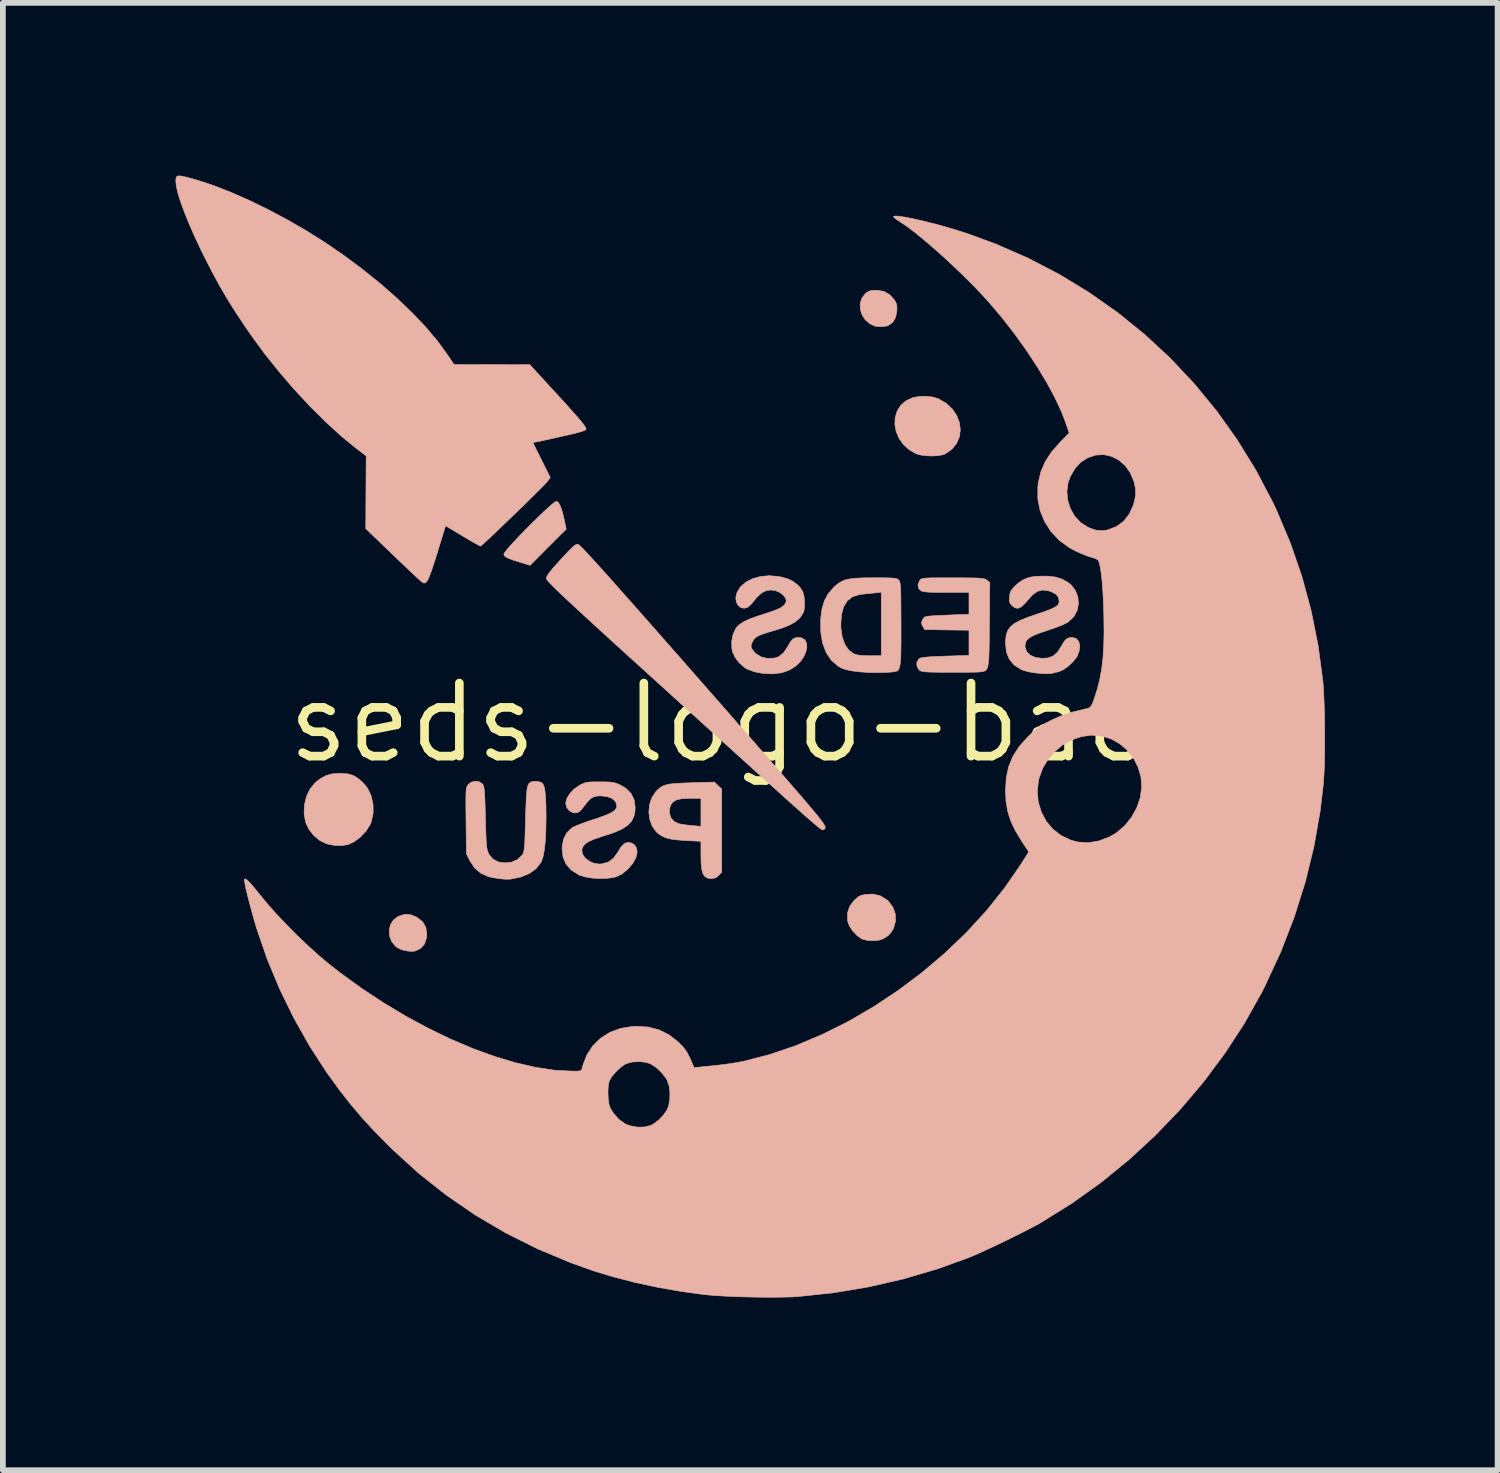
<source format=kicad_pcb>
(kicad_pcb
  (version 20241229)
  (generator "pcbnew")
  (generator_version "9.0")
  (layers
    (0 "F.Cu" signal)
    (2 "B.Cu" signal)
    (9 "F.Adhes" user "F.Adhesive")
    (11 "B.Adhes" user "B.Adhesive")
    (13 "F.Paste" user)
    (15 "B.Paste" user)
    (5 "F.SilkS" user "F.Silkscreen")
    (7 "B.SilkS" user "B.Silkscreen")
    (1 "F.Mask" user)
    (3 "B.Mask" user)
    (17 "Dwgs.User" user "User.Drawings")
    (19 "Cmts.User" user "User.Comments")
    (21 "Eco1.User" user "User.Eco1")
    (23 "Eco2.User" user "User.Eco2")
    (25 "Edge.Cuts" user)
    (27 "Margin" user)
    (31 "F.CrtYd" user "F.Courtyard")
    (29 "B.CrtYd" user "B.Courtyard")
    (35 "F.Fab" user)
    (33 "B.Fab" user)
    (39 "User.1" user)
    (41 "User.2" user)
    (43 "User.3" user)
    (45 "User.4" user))
  (footprint "seds-logo-back"
    (layer "F.Cu")
    (at 10.017 9.507)
    (property "Reference" "seds-logo-back" (at -0.067 0 0) (layer "F.SilkS") (effects (font (size 1.27 1.27) (thickness 0.15))))
    (attr through_hole)
    (fp_poly (pts (xy -6.135 3.359) (xy -6.151 3.366) (xy -6.231 3.426) (xy -6.283 3.508) (xy -6.305 3.603) (xy -6.299 3.703) (xy -6.263 3.798) (xy -6.199 3.879) (xy -6.152 3.914) (xy -6.076 3.947) (xy -5.983 3.967) (xy -5.895 3.971) (xy -5.853 3.965) (xy -5.758 3.919) (xy -5.692 3.843) (xy -5.657 3.739) (xy -5.652 3.666) (xy -5.67 3.551) (xy -5.726 3.457) (xy -5.819 3.383) (xy -5.841 3.371) (xy -5.943 3.332) (xy -6.036 3.328) (xy -6.135 3.359)) (stroke (width 0.01) (type solid)) (fill yes) (layer "B.SilkS"))
    (fp_poly (pts (xy 2.079 -7.511) (xy 2.027 -7.497) (xy 1.982 -7.469) (xy 1.968 -7.456) (xy 1.906 -7.375) (xy 1.877 -7.282) (xy 1.88 -7.184) (xy 1.91 -7.088) (xy 1.964 -7.003) (xy 2.04 -6.935) (xy 2.132 -6.892) (xy 2.22 -6.881) (xy 2.289 -6.885) (xy 2.347 -6.895) (xy 2.36 -6.899) (xy 2.44 -6.954) (xy 2.492 -7.04) (xy 2.514 -7.149) (xy 2.516 -7.228) (xy 2.506 -7.284) (xy 2.479 -7.335) (xy 2.473 -7.344) (xy 2.391 -7.437) (xy 2.296 -7.492) (xy 2.181 -7.514) (xy 2.156 -7.514) (xy 2.079 -7.511)) (stroke (width 0.01) (type solid)) (fill yes) (layer "B.SilkS"))
    (fp_poly (pts (xy -3.425 -3.835) (xy -3.476 -3.796) (xy -3.546 -3.734) (xy -3.631 -3.656) (xy -3.726 -3.564) (xy -3.828 -3.465) (xy -3.93 -3.362) (xy -4.029 -3.26) (xy -4.12 -3.164) (xy -4.199 -3.078) (xy -4.26 -3.007) (xy -4.3 -2.955) (xy -4.314 -2.927) (xy -4.314 -2.926) (xy -4.302 -2.901) (xy -4.274 -2.877) (xy -4.222 -2.853) (xy -4.142 -2.823) (xy -4.029 -2.788) (xy -3.857 -2.735) (xy -3.544 -3.05) (xy -3.23 -3.364) (xy -3.257 -3.497) (xy -3.292 -3.645) (xy -3.326 -3.752) (xy -3.36 -3.819) (xy -3.395 -3.847) (xy -3.398 -3.848) (xy -3.425 -3.835)) (stroke (width 0.01) (type solid)) (fill yes) (layer "B.SilkS"))
    (fp_poly (pts (xy 1.968 2.983) (xy 1.895 2.999) (xy 1.84 3.026) (xy 1.784 3.076) (xy 1.766 3.094) (xy 1.693 3.195) (xy 1.658 3.303) (xy 1.658 3.429) (xy 1.662 3.453) (xy 1.691 3.532) (xy 1.748 3.617) (xy 1.821 3.694) (xy 1.898 3.75) (xy 1.92 3.76) (xy 2.003 3.781) (xy 2.102 3.787) (xy 2.199 3.778) (xy 2.275 3.754) (xy 2.275 3.754) (xy 2.361 3.699) (xy 2.419 3.636) (xy 2.458 3.567) (xy 2.492 3.444) (xy 2.487 3.32) (xy 2.445 3.203) (xy 2.368 3.1) (xy 2.339 3.075) (xy 2.225 3.006) (xy 2.096 2.976) (xy 1.968 2.983)) (stroke (width 0.01) (type solid)) (fill yes) (layer "B.SilkS"))
    (fp_poly (pts (xy 2.899 -5.668) (xy 2.792 -5.649) (xy 2.673 -5.594) (xy 2.582 -5.514) (xy 2.52 -5.416) (xy 2.486 -5.304) (xy 2.48 -5.184) (xy 2.502 -5.062) (xy 2.551 -4.944) (xy 2.628 -4.835) (xy 2.731 -4.742) (xy 2.844 -4.676) (xy 2.922 -4.653) (xy 3.023 -4.639) (xy 3.133 -4.635) (xy 3.238 -4.642) (xy 3.323 -4.658) (xy 3.355 -4.671) (xy 3.47 -4.752) (xy 3.552 -4.852) (xy 3.601 -4.966) (xy 3.617 -5.088) (xy 3.602 -5.213) (xy 3.556 -5.335) (xy 3.48 -5.449) (xy 3.374 -5.548) (xy 3.239 -5.628) (xy 3.235 -5.63) (xy 3.139 -5.659) (xy 3.021 -5.672) (xy 2.899 -5.668)) (stroke (width 0.01) (type solid)) (fill yes) (layer "B.SilkS"))
    (fp_poly (pts (xy -7.297 0.888) (xy -7.406 0.918) (xy -7.507 0.975) (xy -7.587 1.039) (xy -7.676 1.144) (xy -7.741 1.275) (xy -7.777 1.422) (xy -7.784 1.576) (xy -7.759 1.724) (xy -7.704 1.845) (xy -7.618 1.956) (xy -7.512 2.045) (xy -7.394 2.102) (xy -7.386 2.104) (xy -7.26 2.13) (xy -7.133 2.134) (xy -7.024 2.117) (xy -7.022 2.117) (xy -6.911 2.065) (xy -6.802 1.983) (xy -6.707 1.881) (xy -6.637 1.769) (xy -6.616 1.72) (xy -6.584 1.57) (xy -6.586 1.417) (xy -6.619 1.269) (xy -6.682 1.137) (xy -6.757 1.044) (xy -6.848 0.965) (xy -6.93 0.915) (xy -7.02 0.889) (xy -7.131 0.879) (xy -7.165 0.879) (xy -7.297 0.888)) (stroke (width 0.01) (type solid)) (fill yes) (layer "B.SilkS"))
    (fp_poly (pts (xy -1.052 1.042) (xy -1.212 1.048) (xy -1.337 1.055) (xy -1.432 1.065) (xy -1.504 1.081) (xy -1.561 1.104) (xy -1.608 1.135) (xy -1.652 1.176) (xy -1.675 1.2) (xy -1.743 1.304) (xy -1.783 1.426) (xy -1.794 1.555) (xy -1.778 1.682) (xy -1.734 1.799) (xy -1.664 1.896) (xy -1.611 1.941) (xy -1.549 1.977) (xy -1.481 2.004) (xy -1.399 2.023) (xy -1.293 2.036) (xy -1.155 2.046) (xy -1.138 2.047) (xy -0.889 2.059) (xy -0.889 2.298) (xy -0.886 2.444) (xy -0.874 2.552) (xy -0.851 2.628) (xy -0.816 2.676) (xy -0.766 2.701) (xy -0.703 2.709) (xy -0.63 2.692) (xy -0.581 2.653) (xy -0.529 2.597) (xy -0.529 1.312) (xy -0.889 1.312) (xy -0.889 1.799) (xy -1.042 1.787) (xy -1.132 1.777) (xy -1.216 1.765) (xy -1.274 1.754) (xy -1.358 1.714) (xy -1.413 1.648) (xy -1.438 1.564) (xy -1.429 1.471) (xy -1.408 1.419) (xy -1.371 1.372) (xy -1.312 1.339) (xy -1.226 1.32) (xy -1.107 1.313) (xy -1.066 1.312) (xy -0.889 1.312) (xy -0.529 1.312) (xy -0.529 1.151) (xy -0.592 1.091) (xy -0.654 1.031) (xy -1.052 1.042)) (stroke (width 0.01) (type solid)) (fill yes) (layer "B.SilkS"))
    (fp_poly (pts (xy 1.956 -2.518) (xy 1.82 -2.512) (xy 1.713 -2.502) (xy 1.628 -2.485) (xy 1.559 -2.458) (xy 1.499 -2.422) (xy 1.441 -2.374) (xy 1.408 -2.342) (xy 1.318 -2.235) (xy 1.255 -2.117) (xy 1.214 -1.979) (xy 1.192 -1.812) (xy 1.191 -1.784) (xy 1.193 -1.571) (xy 1.225 -1.383) (xy 1.286 -1.221) (xy 1.375 -1.088) (xy 1.49 -0.986) (xy 1.548 -0.952) (xy 1.625 -0.924) (xy 1.737 -0.901) (xy 1.872 -0.884) (xy 2.023 -0.874) (xy 2.181 -0.871) (xy 2.336 -0.875) (xy 2.44 -0.883) (xy 2.478 -0.888) (xy 2.508 -0.896) (xy 2.533 -0.911) (xy 2.551 -0.938) (xy 2.565 -0.98) (xy 2.575 -1.041) (xy 2.582 -1.126) (xy 2.583 -1.164) (xy 2.244 -1.164) (xy 2.04 -1.164) (xy 1.919 -1.167) (xy 1.831 -1.178) (xy 1.768 -1.197) (xy 1.763 -1.199) (xy 1.678 -1.263) (xy 1.612 -1.36) (xy 1.566 -1.488) (xy 1.543 -1.642) (xy 1.541 -1.714) (xy 1.553 -1.882) (xy 1.59 -2.017) (xy 1.654 -2.119) (xy 1.744 -2.189) (xy 1.862 -2.227) (xy 1.899 -2.232) (xy 1.991 -2.242) (xy 2.091 -2.252) (xy 2.127 -2.256) (xy 2.244 -2.268) (xy 2.244 -1.164) (xy 2.583 -1.164) (xy 2.585 -1.238) (xy 2.587 -1.381) (xy 2.587 -1.56) (xy 2.587 -1.717) (xy 2.586 -1.913) (xy 2.585 -2.07) (xy 2.584 -2.194) (xy 2.581 -2.289) (xy 2.578 -2.359) (xy 2.573 -2.408) (xy 2.567 -2.442) (xy 2.559 -2.463) (xy 2.549 -2.478) (xy 2.549 -2.479) (xy 2.533 -2.493) (xy 2.51 -2.503) (xy 2.474 -2.511) (xy 2.419 -2.515) (xy 2.338 -2.518) (xy 2.226 -2.519) (xy 2.128 -2.519) (xy 1.956 -2.518)) (stroke (width 0.01) (type solid)) (fill yes) (layer "B.SilkS"))
    (fp_poly (pts (xy -4.89 1.038) (xy -4.932 1.074) (xy -4.945 1.092) (xy -4.956 1.113) (xy -4.963 1.14) (xy -4.969 1.181) (xy -4.972 1.238) (xy -4.973 1.319) (xy -4.973 1.427) (xy -4.972 1.569) (xy -4.97 1.703) (xy -4.964 2.275) (xy -4.903 2.399) (xy -4.82 2.524) (xy -4.71 2.616) (xy -4.577 2.675) (xy -4.531 2.685) (xy -4.399 2.708) (xy -4.299 2.718) (xy -4.221 2.718) (xy -4.202 2.717) (xy -4.021 2.68) (xy -3.87 2.619) (xy -3.752 2.533) (xy -3.667 2.423) (xy -3.66 2.41) (xy -3.633 2.331) (xy -3.611 2.214) (xy -3.594 2.062) (xy -3.584 1.879) (xy -3.58 1.669) (xy -3.58 1.609) (xy -3.582 1.429) (xy -3.589 1.289) (xy -3.599 1.183) (xy -3.615 1.108) (xy -3.636 1.062) (xy -3.651 1.045) (xy -3.712 1.021) (xy -3.788 1.017) (xy -3.841 1.029) (xy -3.864 1.042) (xy -3.882 1.063) (xy -3.897 1.098) (xy -3.909 1.151) (xy -3.918 1.226) (xy -3.925 1.328) (xy -3.93 1.463) (xy -3.936 1.633) (xy -3.937 1.685) (xy -3.942 1.853) (xy -3.946 1.985) (xy -3.95 2.085) (xy -3.956 2.158) (xy -3.962 2.211) (xy -3.97 2.248) (xy -3.98 2.275) (xy -3.993 2.297) (xy -3.997 2.302) (xy -4.074 2.376) (xy -4.178 2.421) (xy -4.286 2.434) (xy -4.408 2.418) (xy -4.503 2.369) (xy -4.571 2.288) (xy -4.576 2.279) (xy -4.589 2.249) (xy -4.6 2.215) (xy -4.609 2.172) (xy -4.615 2.114) (xy -4.621 2.035) (xy -4.625 1.93) (xy -4.63 1.793) (xy -4.634 1.648) (xy -4.638 1.48) (xy -4.642 1.35) (xy -4.647 1.251) (xy -4.652 1.18) (xy -4.659 1.129) (xy -4.667 1.096) (xy -4.677 1.074) (xy -4.687 1.06) (xy -4.747 1.022) (xy -4.82 1.015) (xy -4.89 1.038)) (stroke (width 0.01) (type solid)) (fill yes) (layer "B.SilkS"))
    (fp_poly (pts (xy -3.05 -3.099) (xy -3.077 -3.086) (xy -3.113 -3.057) (xy -3.163 -3.009) (xy -3.231 -2.938) (xy -3.32 -2.841) (xy -3.38 -2.775) (xy -3.463 -2.682) (xy -3.519 -2.614) (xy -3.554 -2.564) (xy -3.571 -2.528) (xy -3.573 -2.5) (xy -3.565 -2.485) (xy -3.544 -2.459) (xy -3.508 -2.419) (xy -3.455 -2.366) (xy -3.384 -2.296) (xy -3.294 -2.21) (xy -3.182 -2.106) (xy -3.049 -1.982) (xy -2.892 -1.837) (xy -2.71 -1.671) (xy -2.502 -1.48) (xy -2.265 -1.265) (xy -2 -1.024) (xy -1.82 -0.861) (xy -1.458 -0.532) (xy -1.125 -0.23) (xy -0.821 0.046) (xy -0.544 0.296) (xy -0.293 0.523) (xy -0.068 0.727) (xy 0.134 0.91) (xy 0.314 1.072) (xy 0.473 1.215) (xy 0.613 1.341) (xy 0.734 1.449) (xy 0.838 1.542) (xy 0.926 1.62) (xy 1 1.685) (xy 1.061 1.737) (xy 1.11 1.779) (xy 1.149 1.811) (xy 1.178 1.834) (xy 1.2 1.849) (xy 1.215 1.858) (xy 1.224 1.862) (xy 1.227 1.863) (xy 1.254 1.85) (xy 1.256 1.849) (xy 1.264 1.84) (xy 1.269 1.83) (xy 1.27 1.817) (xy 1.266 1.8) (xy 1.254 1.776) (xy 1.234 1.745) (xy 1.205 1.703) (xy 1.163 1.649) (xy 1.109 1.581) (xy 1.04 1.499) (xy 0.956 1.399) (xy 0.854 1.28) (xy 0.733 1.14) (xy 0.592 0.978) (xy 0.43 0.791) (xy 0.244 0.578) (xy 0.034 0.337) (xy -0.203 0.067) (xy -0.252 0.011) (xy -0.617 -0.406) (xy -0.955 -0.791) (xy -1.265 -1.145) (xy -1.549 -1.467) (xy -1.806 -1.76) (xy -2.038 -2.022) (xy -2.244 -2.254) (xy -2.424 -2.458) (xy -2.58 -2.632) (xy -2.712 -2.778) (xy -2.819 -2.895) (xy -2.902 -2.985) (xy -2.961 -3.048) (xy -2.998 -3.083) (xy -3.009 -3.092) (xy -3.029 -3.1) (xy -3.05 -3.099)) (stroke (width 0.01) (type solid)) (fill yes) (layer "B.SilkS"))
    (fp_poly (pts (xy 3.194 -2.518) (xy 3.098 -2.517) (xy 3.029 -2.514) (xy 2.981 -2.51) (xy 2.951 -2.503) (xy 2.932 -2.494) (xy 2.919 -2.482) (xy 2.912 -2.472) (xy 2.882 -2.403) (xy 2.889 -2.34) (xy 2.926 -2.298) (xy 2.95 -2.286) (xy 2.987 -2.277) (xy 3.044 -2.271) (xy 3.126 -2.267) (xy 3.238 -2.265) (xy 3.37 -2.265) (xy 3.768 -2.265) (xy 3.768 -1.884) (xy 3.667 -1.881) (xy 3.607 -1.879) (xy 3.517 -1.876) (xy 3.408 -1.871) (xy 3.293 -1.866) (xy 3.282 -1.865) (xy 3.167 -1.86) (xy 3.087 -1.854) (xy 3.035 -1.848) (xy 3.003 -1.838) (xy 2.983 -1.823) (xy 2.969 -1.802) (xy 2.964 -1.794) (xy 2.944 -1.748) (xy 2.948 -1.71) (xy 2.964 -1.677) (xy 2.997 -1.619) (xy 3.382 -1.613) (xy 3.768 -1.608) (xy 3.768 -1.171) (xy 3.351 -1.157) (xy 3.203 -1.151) (xy 3.092 -1.146) (xy 3.011 -1.139) (xy 2.956 -1.132) (xy 2.92 -1.122) (xy 2.898 -1.11) (xy 2.896 -1.108) (xy 2.863 -1.053) (xy 2.863 -0.987) (xy 2.893 -0.928) (xy 2.902 -0.919) (xy 2.92 -0.905) (xy 2.944 -0.895) (xy 2.979 -0.888) (xy 3.032 -0.883) (xy 3.109 -0.88) (xy 3.214 -0.878) (xy 3.355 -0.876) (xy 3.405 -0.876) (xy 3.546 -0.876) (xy 3.678 -0.876) (xy 3.792 -0.878) (xy 3.883 -0.879) (xy 3.941 -0.882) (xy 3.951 -0.883) (xy 3.993 -0.887) (xy 4.027 -0.894) (xy 4.055 -0.907) (xy 4.076 -0.93) (xy 4.092 -0.968) (xy 4.103 -1.024) (xy 4.111 -1.102) (xy 4.116 -1.207) (xy 4.119 -1.342) (xy 4.121 -1.512) (xy 4.123 -1.707) (xy 4.129 -2.437) (xy 4.081 -2.477) (xy 4.063 -2.489) (xy 4.04 -2.499) (xy 4.007 -2.506) (xy 3.959 -2.511) (xy 3.889 -2.515) (xy 3.793 -2.517) (xy 3.665 -2.518) (xy 3.501 -2.518) (xy 3.488 -2.518) (xy 3.323 -2.518) (xy 3.194 -2.518)) (stroke (width 0.01) (type solid)) (fill yes) (layer "B.SilkS"))
    (fp_poly (pts (xy 0.148 -2.542) (xy 0.007 -2.503) (xy -0.113 -2.441) (xy -0.206 -2.357) (xy -0.263 -2.262) (xy -0.284 -2.174) (xy -0.274 -2.097) (xy -0.242 -2.037) (xy -0.193 -2) (xy -0.134 -1.989) (xy -0.071 -2.009) (xy -0.01 -2.066) (xy -0.008 -2.069) (xy 0.081 -2.179) (xy 0.161 -2.253) (xy 0.24 -2.294) (xy 0.323 -2.307) (xy 0.402 -2.297) (xy 0.474 -2.268) (xy 0.537 -2.221) (xy 0.58 -2.167) (xy 0.593 -2.124) (xy 0.582 -2.077) (xy 0.548 -2.034) (xy 0.485 -1.992) (xy 0.39 -1.95) (xy 0.258 -1.905) (xy 0.229 -1.896) (xy 0.071 -1.845) (xy -0.05 -1.8) (xy -0.142 -1.757) (xy -0.211 -1.713) (xy -0.261 -1.667) (xy -0.287 -1.632) (xy -0.333 -1.531) (xy -0.355 -1.409) (xy -0.351 -1.285) (xy -0.34 -1.232) (xy -0.298 -1.14) (xy -0.229 -1.047) (xy -0.144 -0.969) (xy -0.086 -0.932) (xy 0.042 -0.885) (xy 0.193 -0.857) (xy 0.349 -0.85) (xy 0.496 -0.866) (xy 0.514 -0.87) (xy 0.588 -0.893) (xy 0.664 -0.925) (xy 0.672 -0.929) (xy 0.764 -0.99) (xy 0.839 -1.064) (xy 0.897 -1.147) (xy 0.934 -1.232) (xy 0.951 -1.313) (xy 0.945 -1.385) (xy 0.916 -1.44) (xy 0.861 -1.474) (xy 0.806 -1.482) (xy 0.748 -1.475) (xy 0.702 -1.45) (xy 0.661 -1.399) (xy 0.618 -1.323) (xy 0.547 -1.216) (xy 0.462 -1.148) (xy 0.387 -1.123) (xy 0.262 -1.119) (xy 0.15 -1.147) (xy 0.057 -1.206) (xy 0.001 -1.276) (xy -0.018 -1.317) (xy -0.016 -1.355) (xy 0.005 -1.405) (xy 0.03 -1.449) (xy 0.064 -1.483) (xy 0.114 -1.514) (xy 0.188 -1.543) (xy 0.291 -1.576) (xy 0.36 -1.596) (xy 0.525 -1.647) (xy 0.653 -1.699) (xy 0.75 -1.753) (xy 0.821 -1.814) (xy 0.848 -1.847) (xy 0.882 -1.9) (xy 0.901 -1.949) (xy 0.909 -2.012) (xy 0.91 -2.079) (xy 0.903 -2.192) (xy 0.88 -2.278) (xy 0.834 -2.349) (xy 0.79 -2.395) (xy 0.708 -2.458) (xy 0.613 -2.503) (xy 0.492 -2.535) (xy 0.466 -2.54) (xy 0.303 -2.555) (xy 0.148 -2.542)) (stroke (width 0.01) (type solid)) (fill yes) (layer "B.SilkS"))
    (fp_poly (pts (xy -2.753 1.027) (xy -2.828 1.03) (xy -2.884 1.038) (xy -2.93 1.053) (xy -2.977 1.075) (xy -3.004 1.09) (xy -3.093 1.153) (xy -3.167 1.231) (xy -3.218 1.315) (xy -3.238 1.393) (xy -3.239 1.398) (xy -3.22 1.474) (xy -3.172 1.532) (xy -3.105 1.564) (xy -3.079 1.566) (xy -3.036 1.562) (xy -3.001 1.543) (xy -2.961 1.503) (xy -2.922 1.451) (xy -2.855 1.367) (xy -2.799 1.313) (xy -2.742 1.283) (xy -2.675 1.271) (xy -2.629 1.27) (xy -2.521 1.282) (xy -2.434 1.314) (xy -2.377 1.365) (xy -2.371 1.375) (xy -2.351 1.428) (xy -2.354 1.475) (xy -2.384 1.519) (xy -2.444 1.561) (xy -2.537 1.604) (xy -2.667 1.652) (xy -2.754 1.68) (xy -2.868 1.718) (xy -2.974 1.757) (xy -3.062 1.792) (xy -3.122 1.821) (xy -3.136 1.83) (xy -3.22 1.912) (xy -3.276 2.022) (xy -3.3 2.154) (xy -3.302 2.192) (xy -3.284 2.337) (xy -3.231 2.458) (xy -3.143 2.558) (xy -3.018 2.638) (xy -2.995 2.649) (xy -2.9 2.678) (xy -2.779 2.698) (xy -2.645 2.706) (xy -2.514 2.702) (xy -2.4 2.686) (xy -2.363 2.676) (xy -2.263 2.628) (xy -2.161 2.544) (xy -2.15 2.533) (xy -2.07 2.438) (xy -2.019 2.343) (xy -1.998 2.254) (xy -2.007 2.177) (xy -2.046 2.118) (xy -2.1 2.087) (xy -2.166 2.078) (xy -2.225 2.103) (xy -2.283 2.165) (xy -2.329 2.242) (xy -2.405 2.35) (xy -2.498 2.42) (xy -2.609 2.452) (xy -2.658 2.455) (xy -2.752 2.44) (xy -2.837 2.401) (xy -2.905 2.345) (xy -2.948 2.279) (xy -2.958 2.209) (xy -2.955 2.194) (xy -2.934 2.143) (xy -2.894 2.1) (xy -2.831 2.059) (xy -2.738 2.019) (xy -2.61 1.976) (xy -2.566 1.962) (xy -2.394 1.905) (xy -2.261 1.846) (xy -2.162 1.782) (xy -2.094 1.709) (xy -2.053 1.624) (xy -2.034 1.523) (xy -2.032 1.47) (xy -2.05 1.338) (xy -2.103 1.229) (xy -2.193 1.139) (xy -2.282 1.086) (xy -2.338 1.06) (xy -2.389 1.043) (xy -2.444 1.033) (xy -2.516 1.028) (xy -2.616 1.027) (xy -2.646 1.027) (xy -2.753 1.027)) (stroke (width 0.01) (type solid)) (fill yes) (layer "B.SilkS"))
    (fp_poly (pts (xy 4.921 -2.543) (xy 4.813 -2.526) (xy 4.723 -2.492) (xy 4.642 -2.44) (xy 4.592 -2.397) (xy 4.532 -2.338) (xy 4.497 -2.292) (xy 4.479 -2.243) (xy 4.472 -2.195) (xy 4.468 -2.127) (xy 4.479 -2.083) (xy 4.508 -2.043) (xy 4.509 -2.042) (xy 4.564 -1.998) (xy 4.618 -1.988) (xy 4.676 -2.013) (xy 4.742 -2.075) (xy 4.784 -2.125) (xy 4.872 -2.223) (xy 4.956 -2.283) (xy 5.043 -2.306) (xy 5.139 -2.296) (xy 5.207 -2.273) (xy 5.284 -2.23) (xy 5.324 -2.175) (xy 5.334 -2.111) (xy 5.329 -2.075) (xy 5.309 -2.043) (xy 5.27 -2.013) (xy 5.207 -1.981) (xy 5.114 -1.944) (xy 4.987 -1.9) (xy 4.946 -1.886) (xy 4.78 -1.829) (xy 4.65 -1.775) (xy 4.553 -1.722) (xy 4.485 -1.665) (xy 4.44 -1.6) (xy 4.414 -1.522) (xy 4.404 -1.428) (xy 4.403 -1.377) (xy 4.419 -1.227) (xy 4.469 -1.103) (xy 4.553 -1.003) (xy 4.671 -0.928) (xy 4.718 -0.909) (xy 4.796 -0.887) (xy 4.896 -0.869) (xy 5.003 -0.857) (xy 5.105 -0.852) (xy 5.187 -0.855) (xy 5.218 -0.86) (xy 5.267 -0.873) (xy 5.33 -0.889) (xy 5.336 -0.891) (xy 5.41 -0.924) (xy 5.493 -0.983) (xy 5.571 -1.057) (xy 5.634 -1.134) (xy 5.652 -1.166) (xy 5.685 -1.258) (xy 5.692 -1.343) (xy 5.673 -1.414) (xy 5.631 -1.463) (xy 5.569 -1.482) (xy 5.567 -1.482) (xy 5.507 -1.477) (xy 5.462 -1.457) (xy 5.423 -1.415) (xy 5.38 -1.343) (xy 5.373 -1.331) (xy 5.306 -1.227) (xy 5.232 -1.161) (xy 5.143 -1.127) (xy 5.048 -1.119) (xy 4.928 -1.133) (xy 4.835 -1.172) (xy 4.771 -1.232) (xy 4.743 -1.31) (xy 4.741 -1.333) (xy 4.748 -1.389) (xy 4.773 -1.436) (xy 4.819 -1.478) (xy 4.892 -1.519) (xy 4.997 -1.56) (xy 5.134 -1.606) (xy 5.274 -1.653) (xy 5.39 -1.699) (xy 5.475 -1.741) (xy 5.501 -1.758) (xy 5.591 -1.846) (xy 5.647 -1.952) (xy 5.67 -2.068) (xy 5.659 -2.186) (xy 5.616 -2.298) (xy 5.541 -2.395) (xy 5.482 -2.442) (xy 5.379 -2.498) (xy 5.267 -2.532) (xy 5.133 -2.547) (xy 5.059 -2.548) (xy 4.921 -2.543)) (stroke (width 0.01) (type solid)) (fill yes) (layer "B.SilkS"))
    (fp_poly (pts (xy -9.987 -9.497) (xy -10.005 -9.477) (xy -10.011 -9.442) (xy -10.012 -9.405) (xy -10.001 -9.31) (xy -9.971 -9.183) (xy -9.921 -9.027) (xy -9.854 -8.847) (xy -9.772 -8.646) (xy -9.675 -8.427) (xy -9.566 -8.196) (xy -9.522 -8.107) (xy -9.382 -7.834) (xy -9.247 -7.585) (xy -9.109 -7.349) (xy -8.96 -7.113) (xy -8.794 -6.864) (xy -8.706 -6.737) (xy -8.473 -6.418) (xy -8.22 -6.101) (xy -7.954 -5.792) (xy -7.681 -5.498) (xy -7.406 -5.225) (xy -7.136 -4.979) (xy -6.897 -4.783) (xy -6.705 -4.635) (xy -6.709 -4.003) (xy -6.712 -3.372) (xy -6.282 -2.959) (xy -6.167 -2.848) (xy -6.057 -2.744) (xy -5.958 -2.65) (xy -5.876 -2.572) (xy -5.813 -2.514) (xy -5.777 -2.48) (xy -5.776 -2.48) (xy -5.728 -2.44) (xy -5.699 -2.426) (xy -5.675 -2.434) (xy -5.656 -2.45) (xy -5.632 -2.487) (xy -5.599 -2.564) (xy -5.557 -2.683) (xy -5.504 -2.843) (xy -5.47 -2.954) (xy -5.326 -3.422) (xy -5.03 -3.245) (xy -4.93 -3.186) (xy -4.842 -3.135) (xy -4.774 -3.097) (xy -4.731 -3.074) (xy -4.72 -3.069) (xy -4.7 -3.083) (xy -4.655 -3.123) (xy -4.588 -3.185) (xy -4.503 -3.265) (xy -4.404 -3.359) (xy -4.296 -3.463) (xy -4.181 -3.573) (xy -4.066 -3.685) (xy -3.953 -3.795) (xy -3.846 -3.899) (xy -3.75 -3.994) (xy -3.669 -4.075) (xy -3.607 -4.138) (xy -3.568 -4.18) (xy -3.558 -4.192) (xy -3.507 -4.261) (xy -3.658 -4.564) (xy -3.809 -4.866) (xy -3.645 -4.901) (xy -3.444 -4.945) (xy -3.281 -4.982) (xy -3.152 -5.011) (xy -3.054 -5.035) (xy -2.981 -5.055) (xy -2.932 -5.071) (xy -2.902 -5.084) (xy -2.887 -5.095) (xy -2.884 -5.101) (xy -2.887 -5.118) (xy -2.902 -5.145) (xy -2.931 -5.186) (xy -2.976 -5.242) (xy -3.039 -5.317) (xy -3.124 -5.412) (xy -3.23 -5.531) (xy -3.362 -5.675) (xy -3.503 -5.829) (xy -3.863 -6.221) (xy -4.521 -6.222) (xy -5.179 -6.223) (xy -5.299 -6.402) (xy -5.469 -6.635) (xy -5.675 -6.879) (xy -5.914 -7.13) (xy -6.18 -7.384) (xy -6.471 -7.639) (xy -6.783 -7.889) (xy -7.111 -8.132) (xy -7.428 -8.349) (xy -7.744 -8.548) (xy -8.072 -8.737) (xy -8.403 -8.913) (xy -8.733 -9.074) (xy -9.053 -9.215) (xy -9.357 -9.334) (xy -9.639 -9.427) (xy -9.684 -9.439) (xy -9.806 -9.473) (xy -9.893 -9.494) (xy -9.952 -9.502) (xy -9.987 -9.497)) (stroke (width 0.01) (type solid)) (fill yes) (layer "B.SilkS"))
    (fp_poly (pts (xy 2.46 -8.799) (xy 2.456 -8.792) (xy 2.473 -8.772) (xy 2.517 -8.739) (xy 2.567 -8.706) (xy 2.68 -8.631) (xy 2.816 -8.529) (xy 2.969 -8.404) (xy 3.136 -8.262) (xy 3.311 -8.107) (xy 3.488 -7.943) (xy 3.663 -7.775) (xy 3.831 -7.609) (xy 3.986 -7.447) (xy 4.122 -7.297) (xy 4.351 -7.026) (xy 4.568 -6.746) (xy 4.772 -6.461) (xy 4.958 -6.178) (xy 5.124 -5.902) (xy 5.266 -5.637) (xy 5.381 -5.389) (xy 5.449 -5.21) (xy 5.509 -5.034) (xy 5.349 -4.872) (xy 5.202 -4.705) (xy 5.093 -4.538) (xy 5.018 -4.364) (xy 4.973 -4.176) (xy 4.964 -4.096) (xy 4.964 -3.886) (xy 5.004 -3.685) (xy 5.082 -3.495) (xy 5.193 -3.322) (xy 5.336 -3.17) (xy 5.509 -3.043) (xy 5.609 -2.989) (xy 5.702 -2.947) (xy 5.794 -2.909) (xy 5.869 -2.883) (xy 5.889 -2.878) (xy 5.952 -2.858) (xy 5.999 -2.836) (xy 6.011 -2.826) (xy 6.031 -2.781) (xy 6.05 -2.697) (xy 6.068 -2.578) (xy 6.083 -2.43) (xy 6.096 -2.255) (xy 6.105 -2.059) (xy 6.111 -1.859) (xy 6.114 -1.583) (xy 6.109 -1.342) (xy 6.096 -1.129) (xy 6.073 -0.937) (xy 6.041 -0.759) (xy 5.998 -0.588) (xy 5.949 -0.434) (xy 5.919 -0.35) (xy 5.894 -0.297) (xy 5.87 -0.268) (xy 5.841 -0.253) (xy 5.829 -0.25) (xy 5.78 -0.238) (xy 5.704 -0.219) (xy 5.615 -0.198) (xy 5.588 -0.191) (xy 5.484 -0.161) (xy 5.362 -0.116) (xy 5.238 -0.063) (xy 5.186 -0.038) (xy 5.073 0.02) (xy 4.985 0.075) (xy 4.906 0.136) (xy 4.821 0.215) (xy 4.791 0.244) (xy 4.642 0.411) (xy 4.532 0.581) (xy 4.458 0.759) (xy 4.416 0.955) (xy 4.403 1.17) (xy 4.411 1.363) (xy 4.44 1.536) (xy 4.491 1.701) (xy 4.57 1.868) (xy 4.678 2.048) (xy 4.691 2.069) (xy 4.807 2.243) (xy 4.659 2.476) (xy 4.381 2.878) (xy 4.069 3.268) (xy 3.725 3.642) (xy 3.354 3.998) (xy 2.959 4.334) (xy 2.544 4.646) (xy 2.112 4.933) (xy 1.669 5.191) (xy 1.216 5.417) (xy 0.758 5.61) (xy 0.3 5.766) (xy -0.148 5.881) (xy -0.245 5.9) (xy -0.347 5.917) (xy -0.462 5.934) (xy -0.599 5.95) (xy -0.764 5.967) (xy -0.88 5.979) (xy -1.008 5.991) (xy -1.078 5.832) (xy -1.13 5.728) (xy -1.19 5.643) (xy -1.271 5.558) (xy -1.279 5.55) (xy -1.44 5.424) (xy -1.612 5.337) (xy -1.8 5.287) (xy -2.008 5.273) (xy -2.084 5.277) (xy -2.287 5.31) (xy -2.47 5.378) (xy -2.63 5.478) (xy -2.763 5.607) (xy -2.867 5.763) (xy -2.938 5.943) (xy -2.951 5.995) (xy -2.96 6.026) (xy -2.976 6.043) (xy -3.009 6.051) (xy -3.069 6.053) (xy -3.117 6.053) (xy -3.427 6.037) (xy -3.758 5.987) (xy -4.108 5.907) (xy -4.473 5.798) (xy -4.85 5.661) (xy -5.235 5.497) (xy -5.625 5.309) (xy -6.016 5.098) (xy -6.405 4.865) (xy -6.788 4.612) (xy -7.163 4.34) (xy -7.346 4.197) (xy -7.52 4.051) (xy -7.708 3.882) (xy -7.902 3.698) (xy -8.091 3.507) (xy -8.269 3.319) (xy -8.426 3.141) (xy -8.503 3.048) (xy -8.602 2.926) (xy -8.678 2.834) (xy -8.735 2.77) (xy -8.776 2.731) (xy -8.802 2.714) (xy -8.818 2.715) (xy -8.819 2.716) (xy -8.82 2.742) (xy -8.81 2.803) (xy -8.792 2.892) (xy -8.765 3.003) (xy -8.732 3.132) (xy -8.695 3.271) (xy -8.655 3.414) (xy -8.613 3.557) (xy -8.6 3.597) (xy -8.423 4.11) (xy -8.209 4.624) (xy -7.963 5.127) (xy -7.69 5.613) (xy -7.394 6.07) (xy -7.375 6.096) (xy -7.179 6.367) (xy -6.985 6.616) (xy -6.784 6.854) (xy -6.567 7.09) (xy -6.326 7.335) (xy -6.249 7.411) (xy -5.793 7.827) (xy -5.312 8.207) (xy -4.808 8.553) (xy -4.279 8.864) (xy -3.725 9.141) (xy -3.148 9.382) (xy -2.757 9.522) (xy -2.41 9.627) (xy -2.034 9.724) (xy -1.641 9.808) (xy -1.244 9.878) (xy -0.854 9.932) (xy -0.794 9.938) (xy -0.65 9.951) (xy -0.475 9.961) (xy -0.279 9.97) (xy -0.07 9.976) (xy 0.141 9.98) (xy 0.346 9.981) (xy 0.534 9.979) (xy 0.697 9.975) (xy 0.794 9.969) (xy 1.41 9.904) (xy 2.027 9.801) (xy 2.637 9.66) (xy 3.233 9.484) (xy 3.744 9.299) (xy 3.864 9.25) (xy 4.011 9.184) (xy 4.178 9.107) (xy 4.356 9.022) (xy 4.534 8.935) (xy 4.705 8.85) (xy 4.859 8.77) (xy 4.987 8.701) (xy 5.027 8.678) (xy 5.555 8.349) (xy 6.064 7.985) (xy 6.549 7.589) (xy 7.01 7.163) (xy 7.444 6.71) (xy 7.69 6.42) (xy -1.428 6.42) (xy -1.43 6.541) (xy -1.449 6.652) (xy -1.475 6.72) (xy -1.538 6.813) (xy -1.621 6.9) (xy -1.71 6.968) (xy -1.757 6.994) (xy -1.869 7.023) (xy -1.997 7.025) (xy -2.124 7.001) (xy -2.197 6.973) (xy -2.318 6.889) (xy -2.42 6.769) (xy -2.467 6.689) (xy -2.488 6.623) (xy -2.5 6.531) (xy -2.505 6.427) (xy -2.501 6.326) (xy -2.487 6.243) (xy -2.479 6.218) (xy -2.44 6.15) (xy -2.376 6.073) (xy -2.3 6) (xy -2.225 5.943) (xy -2.191 5.924) (xy -2.087 5.894) (xy -1.967 5.886) (xy -1.848 5.899) (xy -1.767 5.924) (xy -1.673 5.984) (xy -1.579 6.07) (xy -1.5 6.17) (xy -1.475 6.212) (xy -1.443 6.305) (xy -1.428 6.42) (xy 7.69 6.42) (xy 7.848 6.233) (xy 8.22 5.733) (xy 8.557 5.215) (xy 8.857 4.679) (xy 8.908 4.577) (xy 9.184 3.982) (xy 9.418 3.378) (xy 9.61 2.768) (xy 9.761 2.15) (xy 9.87 1.527) (xy 9.917 1.124) (xy 6.768 1.124) (xy 6.743 1.303) (xy 6.683 1.477) (xy 6.592 1.641) (xy 6.475 1.787) (xy 6.334 1.909) (xy 6.214 1.98) (xy 6.026 2.053) (xy 5.841 2.084) (xy 5.66 2.072) (xy 5.536 2.039) (xy 5.368 1.959) (xy 5.225 1.848) (xy 5.11 1.711) (xy 5.025 1.553) (xy 4.972 1.38) (xy 4.955 1.196) (xy 4.975 1.007) (xy 4.985 0.964) (xy 5.05 0.786) (xy 5.147 0.627) (xy 5.254 0.504) (xy 5.393 0.386) (xy 5.544 0.3) (xy 5.72 0.24) (xy 5.898 0.215) (xy 6.071 0.23) (xy 6.235 0.28) (xy 6.385 0.363) (xy 6.517 0.476) (xy 6.627 0.616) (xy 6.709 0.78) (xy 6.757 0.949) (xy 6.768 1.124) (xy 9.917 1.124) (xy 9.927 1.037) (xy 9.935 0.906) (xy 9.942 0.741) (xy 9.946 0.552) (xy 9.947 0.347) (xy 9.947 0.135) (xy 9.945 -0.076) (xy 9.94 -0.278) (xy 9.933 -0.461) (xy 9.925 -0.617) (xy 9.917 -0.716) (xy 9.833 -1.342) (xy 9.711 -1.951) (xy 9.551 -2.544) (xy 9.351 -3.123) (xy 9.112 -3.69) (xy 9.04 -3.842) (xy 8.975 -3.965) (xy 6.664 -3.965) (xy 6.643 -3.849) (xy 6.622 -3.777) (xy 6.552 -3.625) (xy 6.455 -3.502) (xy 6.332 -3.41) (xy 6.189 -3.354) (xy 6.154 -3.346) (xy 6.057 -3.336) (xy 5.966 -3.348) (xy 5.865 -3.383) (xy 5.828 -3.4) (xy 5.703 -3.481) (xy 5.603 -3.591) (xy 5.528 -3.723) (xy 5.483 -3.868) (xy 5.469 -4.02) (xy 5.489 -4.171) (xy 5.527 -4.277) (xy 5.611 -4.42) (xy 5.713 -4.529) (xy 5.831 -4.604) (xy 5.97 -4.651) (xy 6.109 -4.658) (xy 6.244 -4.629) (xy 6.369 -4.565) (xy 6.478 -4.471) (xy 6.568 -4.347) (xy 6.632 -4.198) (xy 6.634 -4.192) (xy 6.66 -4.073) (xy 6.664 -3.965) (xy 8.975 -3.965) (xy 8.751 -4.391) (xy 8.428 -4.915) (xy 8.073 -5.413) (xy 7.687 -5.884) (xy 7.271 -6.327) (xy 6.827 -6.74) (xy 6.356 -7.122) (xy 5.859 -7.472) (xy 5.337 -7.79) (xy 4.793 -8.073) (xy 4.227 -8.32) (xy 3.736 -8.5) (xy 3.576 -8.551) (xy 3.411 -8.601) (xy 3.244 -8.648) (xy 3.081 -8.69) (xy 2.927 -8.728) (xy 2.787 -8.759) (xy 2.665 -8.783) (xy 2.567 -8.798) (xy 2.497 -8.804) (xy 2.46 -8.799)) (stroke (width 0.01) (type solid)) (fill yes) (layer "B.SilkS")))
  (gr_rect
    (start -3 -3)
    (end 22.969 22.493)
    (stroke (width 0.1) (type default))
    (fill no)
    (layer "Edge.Cuts")))
</source>
